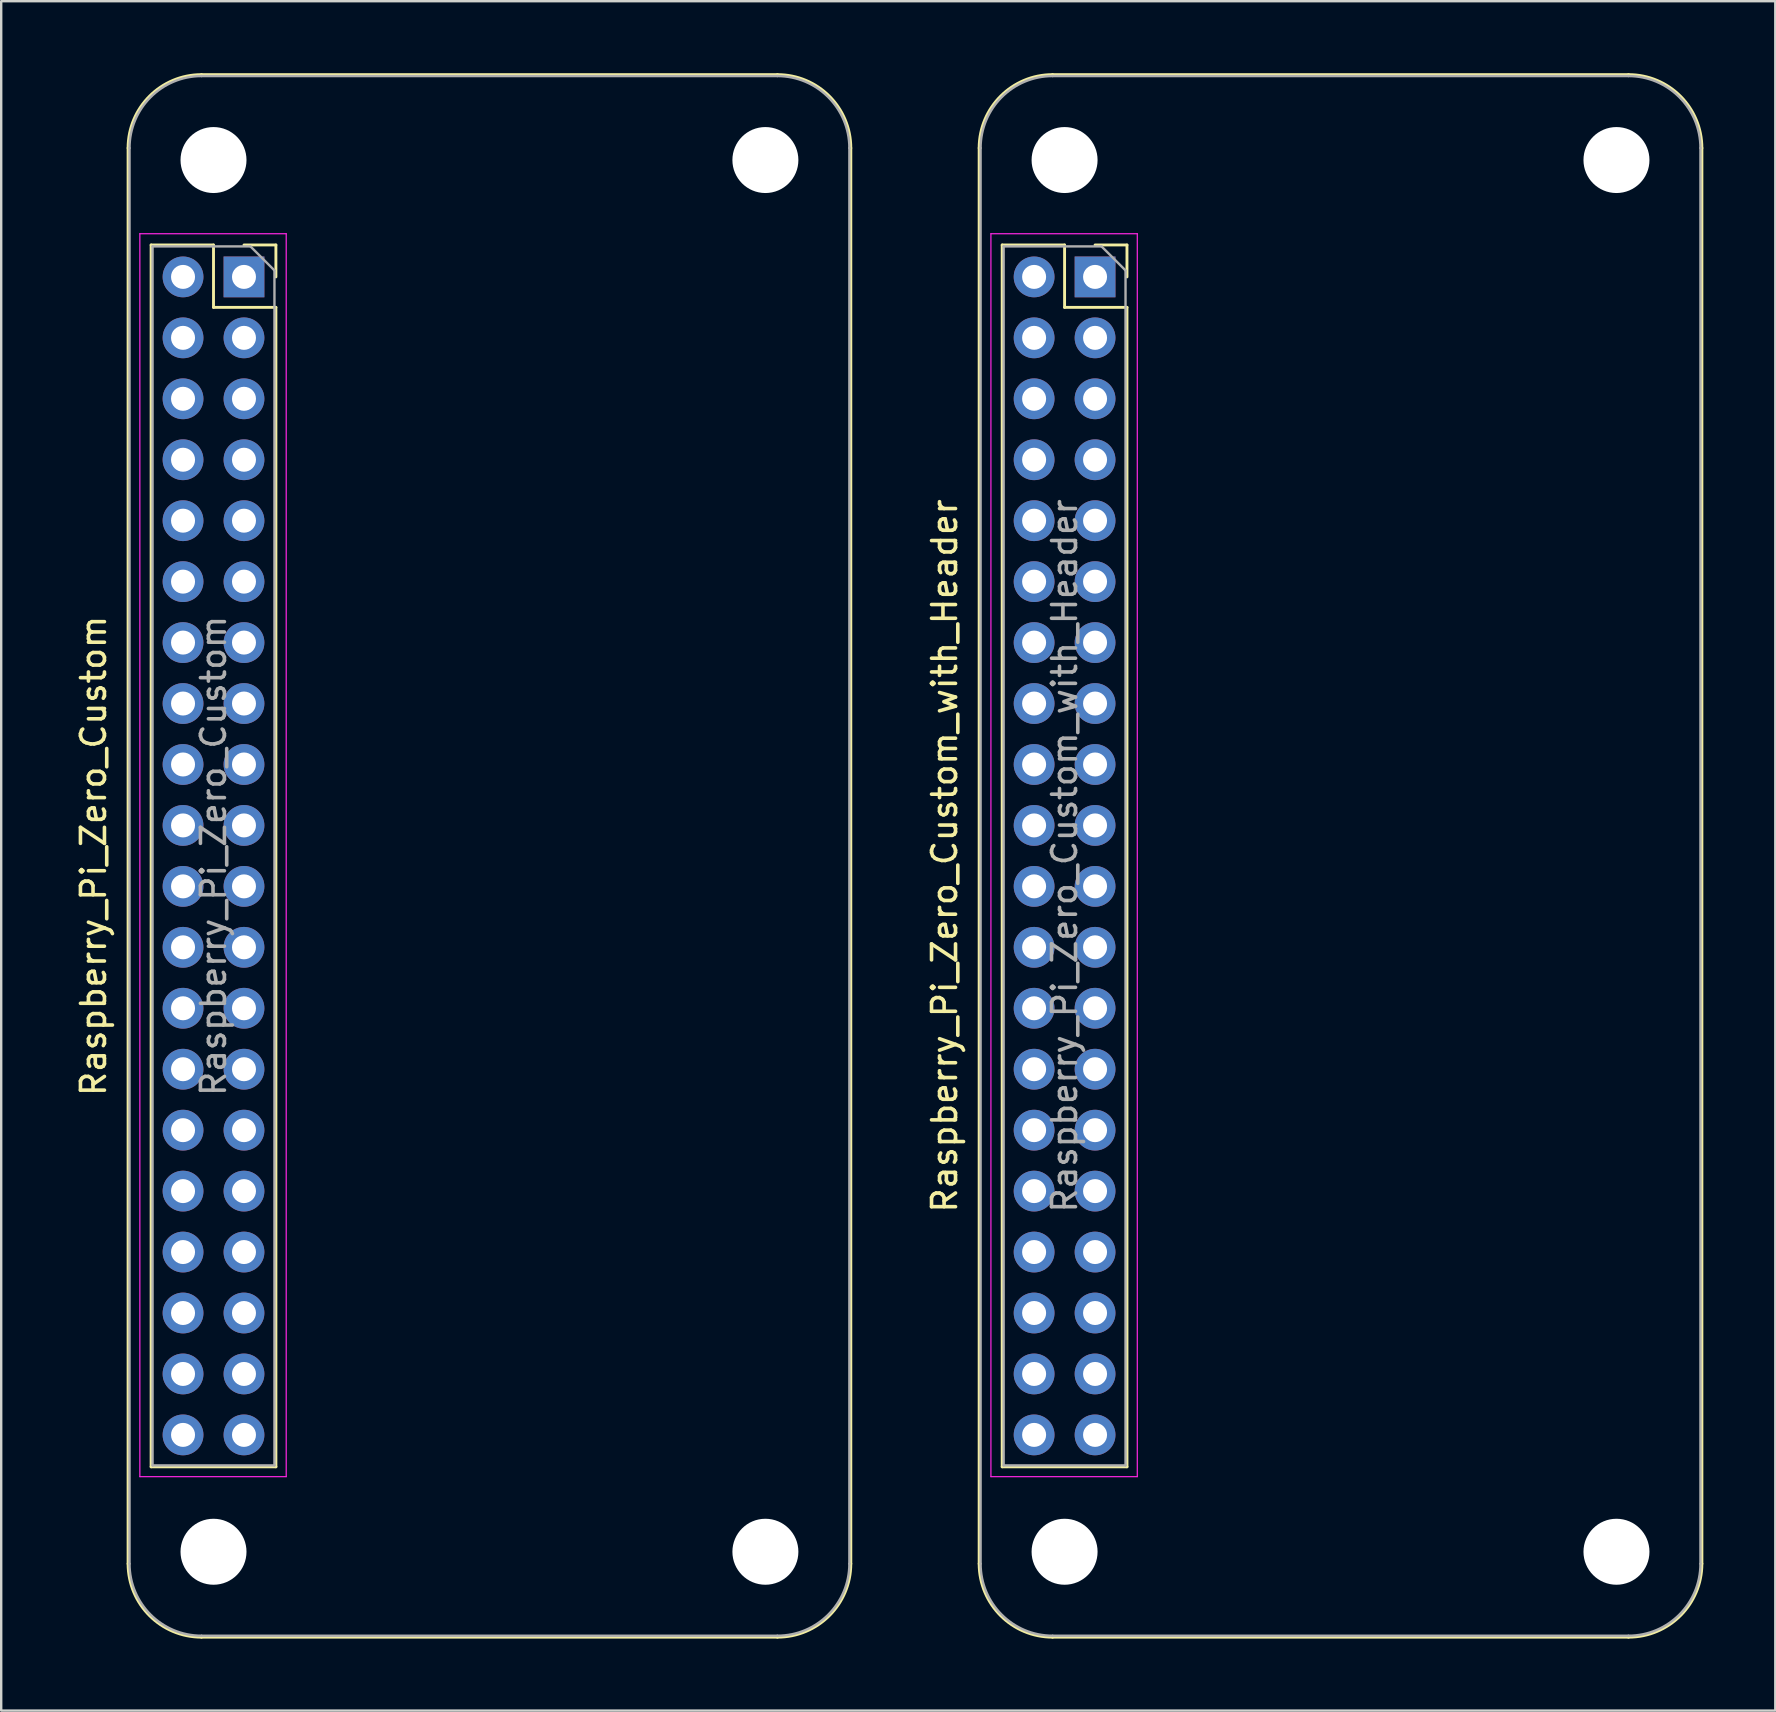
<source format=kicad_pcb>
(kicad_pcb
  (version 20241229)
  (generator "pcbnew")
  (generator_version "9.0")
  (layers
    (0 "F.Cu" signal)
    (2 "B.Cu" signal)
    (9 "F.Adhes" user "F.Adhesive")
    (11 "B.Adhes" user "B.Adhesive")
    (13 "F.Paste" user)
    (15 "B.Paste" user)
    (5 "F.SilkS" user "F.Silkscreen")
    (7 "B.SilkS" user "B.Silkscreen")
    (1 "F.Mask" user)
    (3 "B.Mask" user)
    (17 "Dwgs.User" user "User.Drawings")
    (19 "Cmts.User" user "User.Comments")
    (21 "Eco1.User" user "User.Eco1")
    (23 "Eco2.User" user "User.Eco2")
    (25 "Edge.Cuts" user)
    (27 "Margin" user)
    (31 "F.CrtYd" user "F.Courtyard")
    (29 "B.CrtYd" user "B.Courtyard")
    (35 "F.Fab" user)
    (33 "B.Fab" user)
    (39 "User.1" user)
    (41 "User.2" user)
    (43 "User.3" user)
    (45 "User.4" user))
  (footprint "Raspberry_Pi_Zero_Custom_with_Header"
    (layer "F.Cu")
    (at 42.587 8.49)
    (property "Reference" "Raspberry_Pi_Zero_Custom_with_Header" (at -6.27 24.13 90) (layer "F.SilkS") (effects (font (size 1 1) (thickness 0.15))))
    (attr through_hole)
    (fp_line (start -4.83 53.63) (end -4.83 -5.37) (stroke (width 0.12) (type solid)) (layer "F.SilkS"))
    (fp_line (start -3.87 -1.33) (end -3.87 49.59) (stroke (width 0.12) (type solid)) (layer "F.SilkS"))
    (fp_line (start -3.87 -1.33) (end -1.27 -1.33) (stroke (width 0.12) (type solid)) (layer "F.SilkS"))
    (fp_line (start -3.87 49.59) (end 1.33 49.59) (stroke (width 0.12) (type solid)) (layer "F.SilkS"))
    (fp_line (start -1.77 -8.43) (end 22.23 -8.43) (stroke (width 0.12) (type solid)) (layer "F.SilkS"))
    (fp_line (start -1.27 -1.33) (end -1.27 1.27) (stroke (width 0.12) (type solid)) (layer "F.SilkS"))
    (fp_line (start -1.27 1.27) (end 1.33 1.27) (stroke (width 0.12) (type solid)) (layer "F.SilkS"))
    (fp_line (start 0 -1.33) (end 1.33 -1.33) (stroke (width 0.12) (type solid)) (layer "F.SilkS"))
    (fp_line (start 1.33 -1.33) (end 1.33 0) (stroke (width 0.12) (type solid)) (layer "F.SilkS"))
    (fp_line (start 1.33 1.27) (end 1.33 49.59) (stroke (width 0.12) (type solid)) (layer "F.SilkS"))
    (fp_line (start 22.23 56.69) (end -1.77 56.69) (stroke (width 0.12) (type solid)) (layer "F.SilkS"))
    (fp_line (start 25.29 53.63) (end 25.29 -5.37) (stroke (width 0.12) (type solid)) (layer "F.SilkS"))
    (fp_arc (start -4.83 -5.37) (mid -3.933747 -7.533747) (end -1.77 -8.43) (stroke (width 0.12) (type solid)) (layer "F.SilkS"))
    (fp_arc (start -1.77 56.69) (mid -3.933747 55.793747) (end -4.83 53.63) (stroke (width 0.12) (type solid)) (layer "F.SilkS"))
    (fp_arc (start 22.23 -8.43) (mid 24.393747 -7.533747) (end 25.29 -5.37) (stroke (width 0.12) (type solid)) (layer "F.SilkS"))
    (fp_arc (start 25.29 53.63) (mid 24.393747 55.793747) (end 22.23 56.69) (stroke (width 0.12) (type solid)) (layer "F.SilkS"))
    (fp_line (start -4.34 -1.8) (end 1.76 -1.8) (stroke (width 0.05) (type solid)) (layer "F.CrtYd"))
    (fp_line (start -4.34 50) (end -4.34 -1.8) (stroke (width 0.05) (type solid)) (layer "F.CrtYd"))
    (fp_line (start 1.76 -1.8) (end 1.76 50) (stroke (width 0.05) (type solid)) (layer "F.CrtYd"))
    (fp_line (start 1.76 50) (end -4.34 50) (stroke (width 0.05) (type solid)) (layer "F.CrtYd"))
    (fp_line (start -4.77 53.63) (end -4.77 -5.37) (stroke (width 0.1) (type solid)) (layer "F.Fab"))
    (fp_line (start -3.81 -1.27) (end 0.27 -1.27) (stroke (width 0.1) (type solid)) (layer "F.Fab"))
    (fp_line (start -3.81 49.53) (end -3.81 -1.27) (stroke (width 0.1) (type solid)) (layer "F.Fab"))
    (fp_line (start -1.77 -8.37) (end 22.23 -8.37) (stroke (width 0.1) (type solid)) (layer "F.Fab"))
    (fp_line (start -1.77 56.63) (end 22.23 56.63) (stroke (width 0.1) (type solid)) (layer "F.Fab"))
    (fp_line (start 0.27 -1.27) (end 1.27 -0.27) (stroke (width 0.1) (type solid)) (layer "F.Fab"))
    (fp_line (start 1.27 -0.27) (end 1.27 49.53) (stroke (width 0.1) (type solid)) (layer "F.Fab"))
    (fp_line (start 1.27 49.53) (end -3.81 49.53) (stroke (width 0.1) (type solid)) (layer "F.Fab"))
    (fp_line (start 25.23 53.63) (end 25.23 -5.37) (stroke (width 0.1) (type solid)) (layer "F.Fab"))
    (fp_arc (start -4.77 -5.37) (mid -3.89132 -7.49132) (end -1.77 -8.37) (stroke (width 0.1) (type solid)) (layer "F.Fab"))
    (fp_arc (start -1.77 56.63) (mid -3.89132 55.75132) (end -4.77 53.63) (stroke (width 0.1) (type solid)) (layer "F.Fab"))
    (fp_arc (start 22.23 -8.37) (mid 24.35132 -7.49132) (end 25.23 -5.37) (stroke (width 0.1) (type solid)) (layer "F.Fab"))
    (fp_arc (start 25.23 53.63) (mid 24.35132 55.75132) (end 22.23 56.63) (stroke (width 0.1) (type solid)) (layer "F.Fab"))
    (fp_text user "${REFERENCE}" (at -1.27 24.13 90) (layer "F.Fab") (effects (font (size 1 1) (thickness 0.15))))
    (pad "" np_thru_hole circle (at -1.27 -4.87 90) (size 2.75 2.75) (drill 2.75) (layers "*.Cu" "*.Mask"))
    (pad "" np_thru_hole circle (at -1.27 53.13 90) (size 2.75 2.75) (drill 2.75) (layers "*.Cu" "*.Mask"))
    (pad "" np_thru_hole circle (at 21.73 -4.87 90) (size 2.75 2.75) (drill 2.75) (layers "*.Cu" "*.Mask"))
    (pad "" np_thru_hole circle (at 21.73 53.13 90) (size 2.75 2.75) (drill 2.75) (layers "*.Cu" "*.Mask"))
    (pad "1" thru_hole rect (at 0 0) (size 1.7 1.7) (drill 1) (layers "*.Cu" "*.Mask"))
    (pad "2" thru_hole oval (at -2.54 0) (size 1.7 1.7) (drill 1) (layers "*.Cu" "*.Mask"))
    (pad "3" thru_hole oval (at 0 2.54) (size 1.7 1.7) (drill 1) (layers "*.Cu" "*.Mask"))
    (pad "4" thru_hole oval (at -2.54 2.54) (size 1.7 1.7) (drill 1) (layers "*.Cu" "*.Mask"))
    (pad "5" thru_hole oval (at 0 5.08) (size 1.7 1.7) (drill 1) (layers "*.Cu" "*.Mask"))
    (pad "6" thru_hole oval (at -2.54 5.08) (size 1.7 1.7) (drill 1) (layers "*.Cu" "*.Mask"))
    (pad "7" thru_hole oval (at 0 7.62) (size 1.7 1.7) (drill 1) (layers "*.Cu" "*.Mask"))
    (pad "8" thru_hole oval (at -2.54 7.62) (size 1.7 1.7) (drill 1) (layers "*.Cu" "*.Mask"))
    (pad "9" thru_hole oval (at 0 10.16) (size 1.7 1.7) (drill 1) (layers "*.Cu" "*.Mask"))
    (pad "10" thru_hole oval (at -2.54 10.16) (size 1.7 1.7) (drill 1) (layers "*.Cu" "*.Mask"))
    (pad "11" thru_hole oval (at 0 12.7) (size 1.7 1.7) (drill 1) (layers "*.Cu" "*.Mask"))
    (pad "12" thru_hole oval (at -2.54 12.7) (size 1.7 1.7) (drill 1) (layers "*.Cu" "*.Mask"))
    (pad "13" thru_hole oval (at 0 15.24) (size 1.7 1.7) (drill 1) (layers "*.Cu" "*.Mask"))
    (pad "14" thru_hole oval (at -2.54 15.24) (size 1.7 1.7) (drill 1) (layers "*.Cu" "*.Mask"))
    (pad "15" thru_hole oval (at 0 17.78) (size 1.7 1.7) (drill 1) (layers "*.Cu" "*.Mask"))
    (pad "16" thru_hole oval (at -2.54 17.78) (size 1.7 1.7) (drill 1) (layers "*.Cu" "*.Mask"))
    (pad "17" thru_hole oval (at 0 20.32) (size 1.7 1.7) (drill 1) (layers "*.Cu" "*.Mask"))
    (pad "18" thru_hole oval (at -2.54 20.32) (size 1.7 1.7) (drill 1) (layers "*.Cu" "*.Mask"))
    (pad "19" thru_hole oval (at 0 22.86) (size 1.7 1.7) (drill 1) (layers "*.Cu" "*.Mask"))
    (pad "20" thru_hole oval (at -2.54 22.86) (size 1.7 1.7) (drill 1) (layers "*.Cu" "*.Mask"))
    (pad "21" thru_hole oval (at 0 25.4) (size 1.7 1.7) (drill 1) (layers "*.Cu" "*.Mask"))
    (pad "22" thru_hole oval (at -2.54 25.4) (size 1.7 1.7) (drill 1) (layers "*.Cu" "*.Mask"))
    (pad "23" thru_hole oval (at 0 27.94) (size 1.7 1.7) (drill 1) (layers "*.Cu" "*.Mask"))
    (pad "24" thru_hole oval (at -2.54 27.94) (size 1.7 1.7) (drill 1) (layers "*.Cu" "*.Mask"))
    (pad "25" thru_hole oval (at 0 30.48) (size 1.7 1.7) (drill 1) (layers "*.Cu" "*.Mask"))
    (pad "26" thru_hole oval (at -2.54 30.48) (size 1.7 1.7) (drill 1) (layers "*.Cu" "*.Mask"))
    (pad "27" thru_hole oval (at 0 33.02) (size 1.7 1.7) (drill 1) (layers "*.Cu" "*.Mask"))
    (pad "28" thru_hole oval (at -2.54 33.02) (size 1.7 1.7) (drill 1) (layers "*.Cu" "*.Mask"))
    (pad "29" thru_hole oval (at 0 35.56) (size 1.7 1.7) (drill 1) (layers "*.Cu" "*.Mask"))
    (pad "30" thru_hole oval (at -2.54 35.56) (size 1.7 1.7) (drill 1) (layers "*.Cu" "*.Mask"))
    (pad "31" thru_hole oval (at 0 38.1) (size 1.7 1.7) (drill 1) (layers "*.Cu" "*.Mask"))
    (pad "32" thru_hole oval (at -2.54 38.1) (size 1.7 1.7) (drill 1) (layers "*.Cu" "*.Mask"))
    (pad "33" thru_hole oval (at 0 40.64) (size 1.7 1.7) (drill 1) (layers "*.Cu" "*.Mask"))
    (pad "34" thru_hole oval (at -2.54 40.64) (size 1.7 1.7) (drill 1) (layers "*.Cu" "*.Mask"))
    (pad "35" thru_hole oval (at 0 43.18) (size 1.7 1.7) (drill 1) (layers "*.Cu" "*.Mask"))
    (pad "36" thru_hole oval (at -2.54 43.18) (size 1.7 1.7) (drill 1) (layers "*.Cu" "*.Mask"))
    (pad "37" thru_hole oval (at 0 45.72) (size 1.7 1.7) (drill 1) (layers "*.Cu" "*.Mask"))
    (pad "38" thru_hole oval (at -2.54 45.72) (size 1.7 1.7) (drill 1) (layers "*.Cu" "*.Mask"))
    (pad "39" thru_hole oval (at 0 48.26) (size 1.7 1.7) (drill 1) (layers "*.Cu" "*.Mask"))
    (pad "40" thru_hole oval (at -2.54 48.26) (size 1.7 1.7) (drill 1) (layers "*.Cu" "*.Mask")))
  (footprint "Raspberry_Pi_Zero_Custom"
    (layer "F.Cu")
    (at 7.118 8.49)
    (property "Reference" "Raspberry_Pi_Zero_Custom" (at -6.27 24.13 90) (layer "F.SilkS") (effects (font (size 1 1) (thickness 0.15))))
    (attr through_hole)
    (fp_line (start -4.83 53.63) (end -4.83 -5.37) (stroke (width 0.12) (type solid)) (layer "F.SilkS"))
    (fp_line (start -3.87 -1.33) (end -3.87 49.59) (stroke (width 0.12) (type solid)) (layer "F.SilkS"))
    (fp_line (start -3.87 -1.33) (end -1.27 -1.33) (stroke (width 0.12) (type solid)) (layer "F.SilkS"))
    (fp_line (start -3.87 49.59) (end 1.33 49.59) (stroke (width 0.12) (type solid)) (layer "F.SilkS"))
    (fp_line (start -1.77 -8.43) (end 22.23 -8.43) (stroke (width 0.12) (type solid)) (layer "F.SilkS"))
    (fp_line (start -1.27 -1.33) (end -1.27 1.27) (stroke (width 0.12) (type solid)) (layer "F.SilkS"))
    (fp_line (start -1.27 1.27) (end 1.33 1.27) (stroke (width 0.12) (type solid)) (layer "F.SilkS"))
    (fp_line (start 0 -1.33) (end 1.33 -1.33) (stroke (width 0.12) (type solid)) (layer "F.SilkS"))
    (fp_line (start 1.33 -1.33) (end 1.33 0) (stroke (width 0.12) (type solid)) (layer "F.SilkS"))
    (fp_line (start 1.33 1.27) (end 1.33 49.59) (stroke (width 0.12) (type solid)) (layer "F.SilkS"))
    (fp_line (start 22.23 56.69) (end -1.77 56.69) (stroke (width 0.12) (type solid)) (layer "F.SilkS"))
    (fp_line (start 25.29 53.63) (end 25.29 -5.37) (stroke (width 0.12) (type solid)) (layer "F.SilkS"))
    (fp_arc (start -4.83 -5.37) (mid -3.933747 -7.533747) (end -1.77 -8.43) (stroke (width 0.12) (type solid)) (layer "F.SilkS"))
    (fp_arc (start -1.77 56.69) (mid -3.933747 55.793747) (end -4.83 53.63) (stroke (width 0.12) (type solid)) (layer "F.SilkS"))
    (fp_arc (start 22.23 -8.43) (mid 24.393747 -7.533747) (end 25.29 -5.37) (stroke (width 0.12) (type solid)) (layer "F.SilkS"))
    (fp_arc (start 25.29 53.63) (mid 24.393747 55.793747) (end 22.23 56.69) (stroke (width 0.12) (type solid)) (layer "F.SilkS"))
    (fp_line (start -4.34 -1.8) (end 1.76 -1.8) (stroke (width 0.05) (type solid)) (layer "F.CrtYd"))
    (fp_line (start -4.34 50) (end -4.34 -1.8) (stroke (width 0.05) (type solid)) (layer "F.CrtYd"))
    (fp_line (start 1.76 -1.8) (end 1.76 50) (stroke (width 0.05) (type solid)) (layer "F.CrtYd"))
    (fp_line (start 1.76 50) (end -4.34 50) (stroke (width 0.05) (type solid)) (layer "F.CrtYd"))
    (fp_line (start -4.77 53.63) (end -4.77 -5.37) (stroke (width 0.1) (type solid)) (layer "F.Fab"))
    (fp_line (start -3.81 -1.27) (end 0.27 -1.27) (stroke (width 0.1) (type solid)) (layer "F.Fab"))
    (fp_line (start -3.81 49.53) (end -3.81 -1.27) (stroke (width 0.1) (type solid)) (layer "F.Fab"))
    (fp_line (start -1.77 -8.37) (end 22.23 -8.37) (stroke (width 0.1) (type solid)) (layer "F.Fab"))
    (fp_line (start -1.77 56.63) (end 22.23 56.63) (stroke (width 0.1) (type solid)) (layer "F.Fab"))
    (fp_line (start 0.27 -1.27) (end 1.27 -0.27) (stroke (width 0.1) (type solid)) (layer "F.Fab"))
    (fp_line (start 1.27 -0.27) (end 1.27 49.53) (stroke (width 0.1) (type solid)) (layer "F.Fab"))
    (fp_line (start 1.27 49.53) (end -3.81 49.53) (stroke (width 0.1) (type solid)) (layer "F.Fab"))
    (fp_line (start 25.23 53.63) (end 25.23 -5.37) (stroke (width 0.1) (type solid)) (layer "F.Fab"))
    (fp_arc (start -4.77 -5.37) (mid -3.89132 -7.49132) (end -1.77 -8.37) (stroke (width 0.1) (type solid)) (layer "F.Fab"))
    (fp_arc (start -1.77 56.63) (mid -3.89132 55.75132) (end -4.77 53.63) (stroke (width 0.1) (type solid)) (layer "F.Fab"))
    (fp_arc (start 22.23 -8.37) (mid 24.35132 -7.49132) (end 25.23 -5.37) (stroke (width 0.1) (type solid)) (layer "F.Fab"))
    (fp_arc (start 25.23 53.63) (mid 24.35132 55.75132) (end 22.23 56.63) (stroke (width 0.1) (type solid)) (layer "F.Fab"))
    (fp_text user "${REFERENCE}" (at -1.27 24.13 90) (layer "F.Fab") (effects (font (size 1 1) (thickness 0.15))))
    (pad "" np_thru_hole circle (at -1.27 -4.87 90) (size 2.75 2.75) (drill 2.75) (layers "*.Cu" "*.Mask"))
    (pad "" np_thru_hole circle (at -1.27 53.13 90) (size 2.75 2.75) (drill 2.75) (layers "*.Cu" "*.Mask"))
    (pad "" np_thru_hole circle (at 21.73 -4.87 90) (size 2.75 2.75) (drill 2.75) (layers "*.Cu" "*.Mask"))
    (pad "" np_thru_hole circle (at 21.73 53.13 90) (size 2.75 2.75) (drill 2.75) (layers "*.Cu" "*.Mask"))
    (pad "1" thru_hole rect (at 0 0) (size 1.7 1.7) (drill 1) (layers "*.Cu" "*.Mask"))
    (pad "2" thru_hole oval (at -2.54 0) (size 1.7 1.7) (drill 1) (layers "*.Cu" "*.Mask"))
    (pad "3" thru_hole oval (at 0 2.54) (size 1.7 1.7) (drill 1) (layers "*.Cu" "*.Mask"))
    (pad "4" thru_hole oval (at -2.54 2.54) (size 1.7 1.7) (drill 1) (layers "*.Cu" "*.Mask"))
    (pad "5" thru_hole oval (at 0 5.08) (size 1.7 1.7) (drill 1) (layers "*.Cu" "*.Mask"))
    (pad "6" thru_hole oval (at -2.54 5.08) (size 1.7 1.7) (drill 1) (layers "*.Cu" "*.Mask"))
    (pad "7" thru_hole oval (at 0 7.62) (size 1.7 1.7) (drill 1) (layers "*.Cu" "*.Mask"))
    (pad "8" thru_hole oval (at -2.54 7.62) (size 1.7 1.7) (drill 1) (layers "*.Cu" "*.Mask"))
    (pad "9" thru_hole oval (at 0 10.16) (size 1.7 1.7) (drill 1) (layers "*.Cu" "*.Mask"))
    (pad "10" thru_hole oval (at -2.54 10.16) (size 1.7 1.7) (drill 1) (layers "*.Cu" "*.Mask"))
    (pad "11" thru_hole oval (at 0 12.7) (size 1.7 1.7) (drill 1) (layers "*.Cu" "*.Mask"))
    (pad "12" thru_hole oval (at -2.54 12.7) (size 1.7 1.7) (drill 1) (layers "*.Cu" "*.Mask"))
    (pad "13" thru_hole oval (at 0 15.24) (size 1.7 1.7) (drill 1) (layers "*.Cu" "*.Mask"))
    (pad "14" thru_hole oval (at -2.54 15.24) (size 1.7 1.7) (drill 1) (layers "*.Cu" "*.Mask"))
    (pad "15" thru_hole oval (at 0 17.78) (size 1.7 1.7) (drill 1) (layers "*.Cu" "*.Mask"))
    (pad "16" thru_hole oval (at -2.54 17.78) (size 1.7 1.7) (drill 1) (layers "*.Cu" "*.Mask"))
    (pad "17" thru_hole oval (at 0 20.32) (size 1.7 1.7) (drill 1) (layers "*.Cu" "*.Mask"))
    (pad "18" thru_hole oval (at -2.54 20.32) (size 1.7 1.7) (drill 1) (layers "*.Cu" "*.Mask"))
    (pad "19" thru_hole oval (at 0 22.86) (size 1.7 1.7) (drill 1) (layers "*.Cu" "*.Mask"))
    (pad "20" thru_hole oval (at -2.54 22.86) (size 1.7 1.7) (drill 1) (layers "*.Cu" "*.Mask"))
    (pad "21" thru_hole oval (at 0 25.4) (size 1.7 1.7) (drill 1) (layers "*.Cu" "*.Mask"))
    (pad "22" thru_hole oval (at -2.54 25.4) (size 1.7 1.7) (drill 1) (layers "*.Cu" "*.Mask"))
    (pad "23" thru_hole oval (at 0 27.94) (size 1.7 1.7) (drill 1) (layers "*.Cu" "*.Mask"))
    (pad "24" thru_hole oval (at -2.54 27.94) (size 1.7 1.7) (drill 1) (layers "*.Cu" "*.Mask"))
    (pad "25" thru_hole oval (at 0 30.48) (size 1.7 1.7) (drill 1) (layers "*.Cu" "*.Mask"))
    (pad "26" thru_hole oval (at -2.54 30.48) (size 1.7 1.7) (drill 1) (layers "*.Cu" "*.Mask"))
    (pad "27" thru_hole oval (at 0 33.02) (size 1.7 1.7) (drill 1) (layers "*.Cu" "*.Mask"))
    (pad "28" thru_hole oval (at -2.54 33.02) (size 1.7 1.7) (drill 1) (layers "*.Cu" "*.Mask"))
    (pad "29" thru_hole oval (at 0 35.56) (size 1.7 1.7) (drill 1) (layers "*.Cu" "*.Mask"))
    (pad "30" thru_hole oval (at -2.54 35.56) (size 1.7 1.7) (drill 1) (layers "*.Cu" "*.Mask"))
    (pad "31" thru_hole oval (at 0 38.1) (size 1.7 1.7) (drill 1) (layers "*.Cu" "*.Mask"))
    (pad "32" thru_hole oval (at -2.54 38.1) (size 1.7 1.7) (drill 1) (layers "*.Cu" "*.Mask"))
    (pad "33" thru_hole oval (at 0 40.64) (size 1.7 1.7) (drill 1) (layers "*.Cu" "*.Mask"))
    (pad "34" thru_hole oval (at -2.54 40.64) (size 1.7 1.7) (drill 1) (layers "*.Cu" "*.Mask"))
    (pad "35" thru_hole oval (at 0 43.18) (size 1.7 1.7) (drill 1) (layers "*.Cu" "*.Mask"))
    (pad "36" thru_hole oval (at -2.54 43.18) (size 1.7 1.7) (drill 1) (layers "*.Cu" "*.Mask"))
    (pad "37" thru_hole oval (at 0 45.72) (size 1.7 1.7) (drill 1) (layers "*.Cu" "*.Mask"))
    (pad "38" thru_hole oval (at -2.54 45.72) (size 1.7 1.7) (drill 1) (layers "*.Cu" "*.Mask"))
    (pad "39" thru_hole oval (at 0 48.26) (size 1.7 1.7) (drill 1) (layers "*.Cu" "*.Mask"))
    (pad "40" thru_hole oval (at -2.54 48.26) (size 1.7 1.7) (drill 1) (layers "*.Cu" "*.Mask")))
  (gr_rect
    (start -3 -3)
    (end 70.936 68.24)
    (stroke (width 0.1) (type default))
    (fill no)
    (layer "Edge.Cuts")))
</source>
